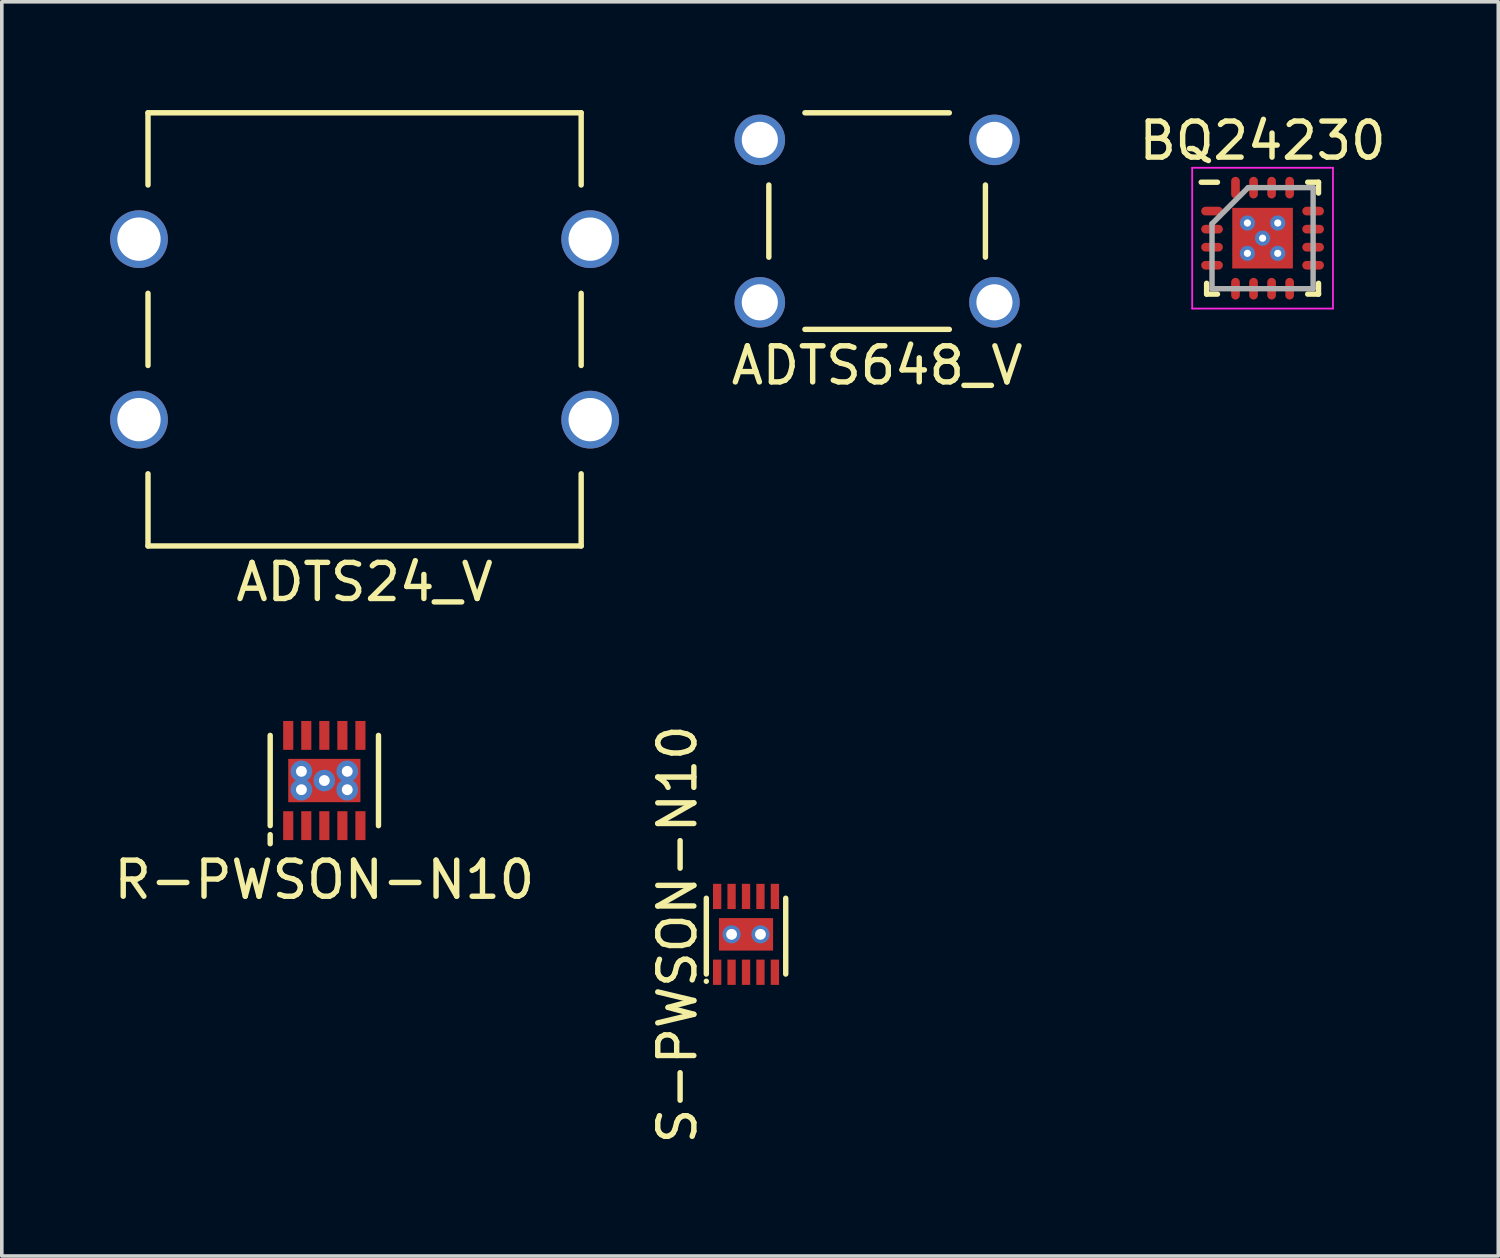
<source format=kicad_pcb>
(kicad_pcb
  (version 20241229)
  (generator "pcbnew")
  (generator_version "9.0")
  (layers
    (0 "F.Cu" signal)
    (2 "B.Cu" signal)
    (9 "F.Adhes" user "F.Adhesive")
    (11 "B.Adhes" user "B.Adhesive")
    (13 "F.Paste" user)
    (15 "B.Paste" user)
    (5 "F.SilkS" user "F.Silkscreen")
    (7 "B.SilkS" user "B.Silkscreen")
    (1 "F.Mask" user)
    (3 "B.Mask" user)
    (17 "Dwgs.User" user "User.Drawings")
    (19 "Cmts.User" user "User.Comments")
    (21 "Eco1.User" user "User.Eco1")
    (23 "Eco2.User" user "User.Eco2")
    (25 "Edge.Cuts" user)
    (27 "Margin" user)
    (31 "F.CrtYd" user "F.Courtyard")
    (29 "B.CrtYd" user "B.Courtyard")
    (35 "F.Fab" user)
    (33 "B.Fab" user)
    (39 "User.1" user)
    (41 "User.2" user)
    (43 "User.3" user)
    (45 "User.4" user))
  (footprint "BQ24230"
    (layer "F.Cu")
    (at 31.927 3.548)
    (property "Reference" "BQ24230" (at 0 -2.7 0) (layer "F.SilkS") (effects (font (size 1 1) (thickness 0.15))))
    (attr smd)
    (fp_line (start -1.55 1.55) (end -1.55 1.25) (stroke (width 0.15) (type solid)) (layer "F.SilkS"))
    (fp_line (start -1.25 -1.55) (end -1.7 -1.55) (stroke (width 0.15) (type solid)) (layer "F.SilkS"))
    (fp_line (start -1.25 1.55) (end -1.55 1.55) (stroke (width 0.15) (type solid)) (layer "F.SilkS"))
    (fp_line (start 1.25 -1.55) (end 1.55 -1.55) (stroke (width 0.15) (type solid)) (layer "F.SilkS"))
    (fp_line (start 1.25 1.55) (end 1.55 1.55) (stroke (width 0.15) (type solid)) (layer "F.SilkS"))
    (fp_line (start 1.55 -1.55) (end 1.55 -1.25) (stroke (width 0.15) (type solid)) (layer "F.SilkS"))
    (fp_line (start 1.55 1.55) (end 1.55 1.25) (stroke (width 0.15) (type solid)) (layer "F.SilkS"))
    (fp_line (start -1.95 -1.95) (end 1.95 -1.95) (stroke (width 0.05) (type solid)) (layer "F.CrtYd"))
    (fp_line (start -1.95 1.95) (end -1.95 -1.95) (stroke (width 0.05) (type solid)) (layer "F.CrtYd"))
    (fp_line (start 1.95 -1.95) (end 1.95 1.95) (stroke (width 0.05) (type solid)) (layer "F.CrtYd"))
    (fp_line (start 1.95 1.95) (end -1.95 1.95) (stroke (width 0.05) (type solid)) (layer "F.CrtYd"))
    (fp_line (start -1.4 -0.4) (end -1.4 1.4) (stroke (width 0.15) (type solid)) (layer "F.Fab"))
    (fp_line (start -1.4 1.4) (end 1.4 1.4) (stroke (width 0.15) (type solid)) (layer "F.Fab"))
    (fp_line (start -0.4 -1.4) (end -1.4 -0.4) (stroke (width 0.15) (type solid)) (layer "F.Fab"))
    (fp_line (start 1.4 -1.4) (end -0.4 -1.4) (stroke (width 0.15) (type solid)) (layer "F.Fab"))
    (fp_line (start 1.4 1.4) (end 1.4 -1.4) (stroke (width 0.15) (type solid)) (layer "F.Fab"))
    (pad "1" smd oval (at -1.4 -0.75 90) (size 0.24 0.6) (layers "F.Cu" "F.Mask" "F.Paste"))
    (pad "2" smd oval (at -1.4 -0.25 90) (size 0.24 0.6) (layers "F.Cu" "F.Mask" "F.Paste"))
    (pad "3" smd oval (at -1.4 0.25 90) (size 0.24 0.6) (layers "F.Cu" "F.Mask" "F.Paste"))
    (pad "4" smd oval (at -1.4 0.75 90) (size 0.24 0.6) (layers "F.Cu" "F.Mask" "F.Paste"))
    (pad "5" smd oval (at -0.75 1.4) (size 0.24 0.6) (layers "F.Cu" "F.Mask" "F.Paste"))
    (pad "6" smd oval (at -0.25 1.4) (size 0.24 0.6) (layers "F.Cu" "F.Mask" "F.Paste"))
    (pad "7" smd oval (at 0.25 1.4) (size 0.24 0.6) (layers "F.Cu" "F.Mask" "F.Paste"))
    (pad "8" smd oval (at 0.75 1.4) (size 0.24 0.6) (layers "F.Cu" "F.Mask" "F.Paste"))
    (pad "9" smd oval (at 1.4 0.75 90) (size 0.24 0.6) (layers "F.Cu" "F.Mask" "F.Paste"))
    (pad "10" smd oval (at 1.4 0.25 90) (size 0.24 0.6) (layers "F.Cu" "F.Mask" "F.Paste"))
    (pad "11" smd oval (at 1.4 -0.25 90) (size 0.24 0.6) (layers "F.Cu" "F.Mask" "F.Paste"))
    (pad "12" smd oval (at 1.4 -0.75 90) (size 0.24 0.6) (layers "F.Cu" "F.Mask" "F.Paste"))
    (pad "13" smd oval (at 0.75 -1.4) (size 0.24 0.6) (layers "F.Cu" "F.Mask" "F.Paste"))
    (pad "14" smd oval (at 0.25 -1.4) (size 0.24 0.6) (layers "F.Cu" "F.Mask" "F.Paste"))
    (pad "15" smd oval (at -0.25 -1.4) (size 0.24 0.6) (layers "F.Cu" "F.Mask" "F.Paste"))
    (pad "16" smd oval (at -0.75 -1.4) (size 0.24 0.6) (layers "F.Cu" "F.Mask" "F.Paste"))
    (pad "17" thru_hole circle (at -0.42 -0.42) (size 0.42 0.42) (drill 0.2) (layers "*.Cu" "*.Mask"))
    (pad "17" thru_hole circle (at -0.42 0.42) (size 0.42 0.42) (drill 0.2) (layers "*.Cu" "*.Mask"))
    (pad "17" thru_hole circle (at 0 0) (size 0.42 0.42) (drill 0.2) (layers "*.Cu" "*.Mask"))
    (pad "17" smd rect (at 0 0) (size 1.68 1.68) (layers "F.Cu" "F.Mask" "F.Paste"))
    (pad "17" thru_hole circle (at 0.42 -0.42) (size 0.42 0.42) (drill 0.2) (layers "*.Cu" "*.Mask"))
    (pad "17" thru_hole circle (at 0.42 0.42) (size 0.42 0.42) (drill 0.2) (layers "*.Cu" "*.Mask")))
  (footprint "ADTS24_V"
    (layer "F.Cu")
    (at 7.05 6.075)
    (property "Reference" "ADTS24_V" (at 0 7 0) (layer "F.SilkS") (effects (font (size 1 1) (thickness 0.15))))
    (attr through_hole)
    (fp_line (start -6 -6) (end -6 -4) (stroke (width 0.15) (type solid)) (layer "F.SilkS"))
    (fp_line (start -6 -6) (end 6 -6) (stroke (width 0.15) (type solid)) (layer "F.SilkS"))
    (fp_line (start -6 -1) (end -6 1) (stroke (width 0.15) (type solid)) (layer "F.SilkS"))
    (fp_line (start -6 4) (end -6 6) (stroke (width 0.15) (type solid)) (layer "F.SilkS"))
    (fp_line (start -6 6) (end 6 6) (stroke (width 0.15) (type solid)) (layer "F.SilkS"))
    (fp_line (start 6 -6) (end 6 -4) (stroke (width 0.15) (type solid)) (layer "F.SilkS"))
    (fp_line (start 6 -1) (end 6 1) (stroke (width 0.15) (type solid)) (layer "F.SilkS"))
    (fp_line (start 6 4) (end 6 6) (stroke (width 0.15) (type solid)) (layer "F.SilkS"))
    (pad "1" thru_hole circle (at -6.25 -2.5) (size 1.6 1.6) (drill 1.2) (layers "*.Cu" "*.Mask"))
    (pad "2" thru_hole circle (at 6.25 -2.5) (size 1.6 1.6) (drill 1.2) (layers "*.Cu" "*.Mask"))
    (pad "3" thru_hole circle (at -6.25 2.5) (size 1.6 1.6) (drill 1.2) (layers "*.Cu" "*.Mask"))
    (pad "4" thru_hole circle (at 6.25 2.5) (size 1.6 1.6) (drill 1.2) (layers "*.Cu" "*.Mask")))
  (footprint "R-PWSON-N10"
    (layer "F.Cu")
    (at 5.935 18.573)
    (property "Reference" "R-PWSON-N10" (at 0 2.75 0) (layer "F.SilkS") (effects (font (size 1 1) (thickness 0.15))))
    (attr through_hole)
    (fp_line (start -1.5 -1.25) (end -1.5 1.25) (stroke (width 0.15) (type solid)) (layer "F.SilkS"))
    (fp_line (start -1.5 1.5) (end -1.5 1.75) (stroke (width 0.15) (type solid)) (layer "F.SilkS"))
    (fp_line (start 1.5 -1.25) (end 1.5 1.25) (stroke (width 0.15) (type solid)) (layer "F.SilkS"))
    (pad "1" smd rect (at -1 1.25) (size 0.28 0.8) (layers "F.Cu" "F.Mask" "F.Paste"))
    (pad "2" smd rect (at -0.5 1.25) (size 0.28 0.8) (layers "F.Cu" "F.Mask" "F.Paste"))
    (pad "3" smd rect (at 0 1.25) (size 0.28 0.8) (layers "F.Cu" "F.Mask" "F.Paste"))
    (pad "4" smd rect (at 0.5 1.25) (size 0.28 0.8) (layers "F.Cu" "F.Mask" "F.Paste"))
    (pad "5" smd rect (at 1 1.25) (size 0.28 0.8) (layers "F.Cu" "F.Mask" "F.Paste"))
    (pad "6" smd rect (at 1 -1.25) (size 0.28 0.8) (layers "F.Cu" "F.Mask" "F.Paste"))
    (pad "7" smd rect (at 0.5 -1.25) (size 0.28 0.8) (layers "F.Cu" "F.Mask" "F.Paste"))
    (pad "8" smd rect (at 0 -1.25) (size 0.28 0.8) (layers "F.Cu" "F.Mask" "F.Paste"))
    (pad "9" smd rect (at -0.5 -1.25) (size 0.28 0.8) (layers "F.Cu" "F.Mask" "F.Paste"))
    (pad "10" smd rect (at -1 -1.25) (size 0.28 0.8) (layers "F.Cu" "F.Mask" "F.Paste"))
    (pad "11" thru_hole circle (at -0.635 -0.254) (size 0.6 0.6) (drill 0.3) (layers "*.Cu" "*.Mask"))
    (pad "11" thru_hole circle (at -0.635 0.254) (size 0.6 0.6) (drill 0.3) (layers "*.Cu" "*.Mask"))
    (pad "11" thru_hole circle (at 0 0) (size 0.6 0.6) (drill 0.3) (layers "*.Cu" "*.Mask"))
    (pad "11" smd rect (at 0 0) (size 2 1.2) (layers "F.Cu" "F.Mask" "F.Paste"))
    (pad "11" thru_hole circle (at 0.635 -0.254) (size 0.6 0.6) (drill 0.3) (layers "*.Cu" "*.Mask"))
    (pad "11" thru_hole circle (at 0.635 0.254) (size 0.6 0.6) (drill 0.3) (layers "*.Cu" "*.Mask")))
  (footprint "ADTS648_V"
    (layer "F.Cu")
    (at 21.249 3.075)
    (property "Reference" "ADTS648_V" (at 0 4 0) (layer "F.SilkS") (effects (font (size 1 1) (thickness 0.15))))
    (attr through_hole)
    (fp_line (start -3 -1) (end -3 1) (stroke (width 0.15) (type solid)) (layer "F.SilkS"))
    (fp_line (start -2 -3) (end 2 -3) (stroke (width 0.15) (type solid)) (layer "F.SilkS"))
    (fp_line (start -2 3) (end 2 3) (stroke (width 0.15) (type solid)) (layer "F.SilkS"))
    (fp_line (start 3 -1) (end 3 1) (stroke (width 0.15) (type solid)) (layer "F.SilkS"))
    (pad "1" thru_hole circle (at -3.25 -2.25) (size 1.4 1.4) (drill 1) (layers "*.Cu" "*.Mask"))
    (pad "2" thru_hole circle (at 3.25 -2.25) (size 1.4 1.4) (drill 1) (layers "*.Cu" "*.Mask"))
    (pad "3" thru_hole circle (at -3.25 2.25) (size 1.4 1.4) (drill 1) (layers "*.Cu" "*.Mask"))
    (pad "4" thru_hole circle (at 3.25 2.25) (size 1.4 1.4) (drill 1) (layers "*.Cu" "*.Mask")))
  (footprint "S-PWSON-N10"
    (layer "F.Cu")
    (at 17.617 22.834)
    (property "Reference" "S-PWSON-N10" (at -1.9 0 90) (layer "F.SilkS") (effects (font (size 1 1) (thickness 0.15))))
    (attr smd)
    (fp_line (start -1.1 -1) (end -1.1 1.1) (stroke (width 0.15) (type solid)) (layer "F.SilkS"))
    (fp_line (start -1.1 1.3) (end -1.1 1.3) (stroke (width 0.15) (type solid)) (layer "F.SilkS"))
    (fp_line (start 1.1 -1) (end 1.1 1.1) (stroke (width 0.15) (type solid)) (layer "F.SilkS"))
    (pad "1" smd rect (at -0.8 1.05) (size 0.23 0.7) (layers "F.Cu" "F.Mask" "F.Paste"))
    (pad "2" smd rect (at -0.4 1.05) (size 0.23 0.7) (layers "F.Cu" "F.Mask" "F.Paste"))
    (pad "3" smd rect (at 0 1.05) (size 0.23 0.7) (layers "F.Cu" "F.Mask" "F.Paste"))
    (pad "4" smd rect (at 0.4 1.05) (size 0.23 0.7) (layers "F.Cu" "F.Mask" "F.Paste"))
    (pad "5" smd rect (at 0.8 1.05) (size 0.23 0.7) (layers "F.Cu" "F.Mask" "F.Paste"))
    (pad "6" smd rect (at 0.8 -1.05) (size 0.23 0.7) (layers "F.Cu" "F.Mask" "F.Paste"))
    (pad "7" smd rect (at 0.4 -1.05) (size 0.23 0.7) (layers "F.Cu" "F.Mask" "F.Paste"))
    (pad "8" smd rect (at 0 -1.05) (size 0.23 0.7) (layers "F.Cu" "F.Mask" "F.Paste"))
    (pad "9" smd rect (at -0.4 -1.05) (size 0.23 0.7) (layers "F.Cu" "F.Mask" "F.Paste"))
    (pad "10" smd rect (at -0.8 -1.05) (size 0.23 0.7) (layers "F.Cu" "F.Mask" "F.Paste"))
    (pad "11" thru_hole circle (at -0.4 0) (size 0.5 0.5) (drill 0.3) (layers "*.Cu" "*.Mask"))
    (pad "11" smd rect (at 0 0) (size 1.5 0.9) (layers "F.Cu" "F.Mask" "F.Paste"))
    (pad "11" thru_hole circle (at 0.4 0) (size 0.5 0.5) (drill 0.3) (layers "*.Cu" "*.Mask")))
  (gr_rect
    (start -3 -3)
    (end 38.457 31.745)
    (stroke (width 0.1) (type default))
    (fill no)
    (layer "Edge.Cuts")))
</source>
